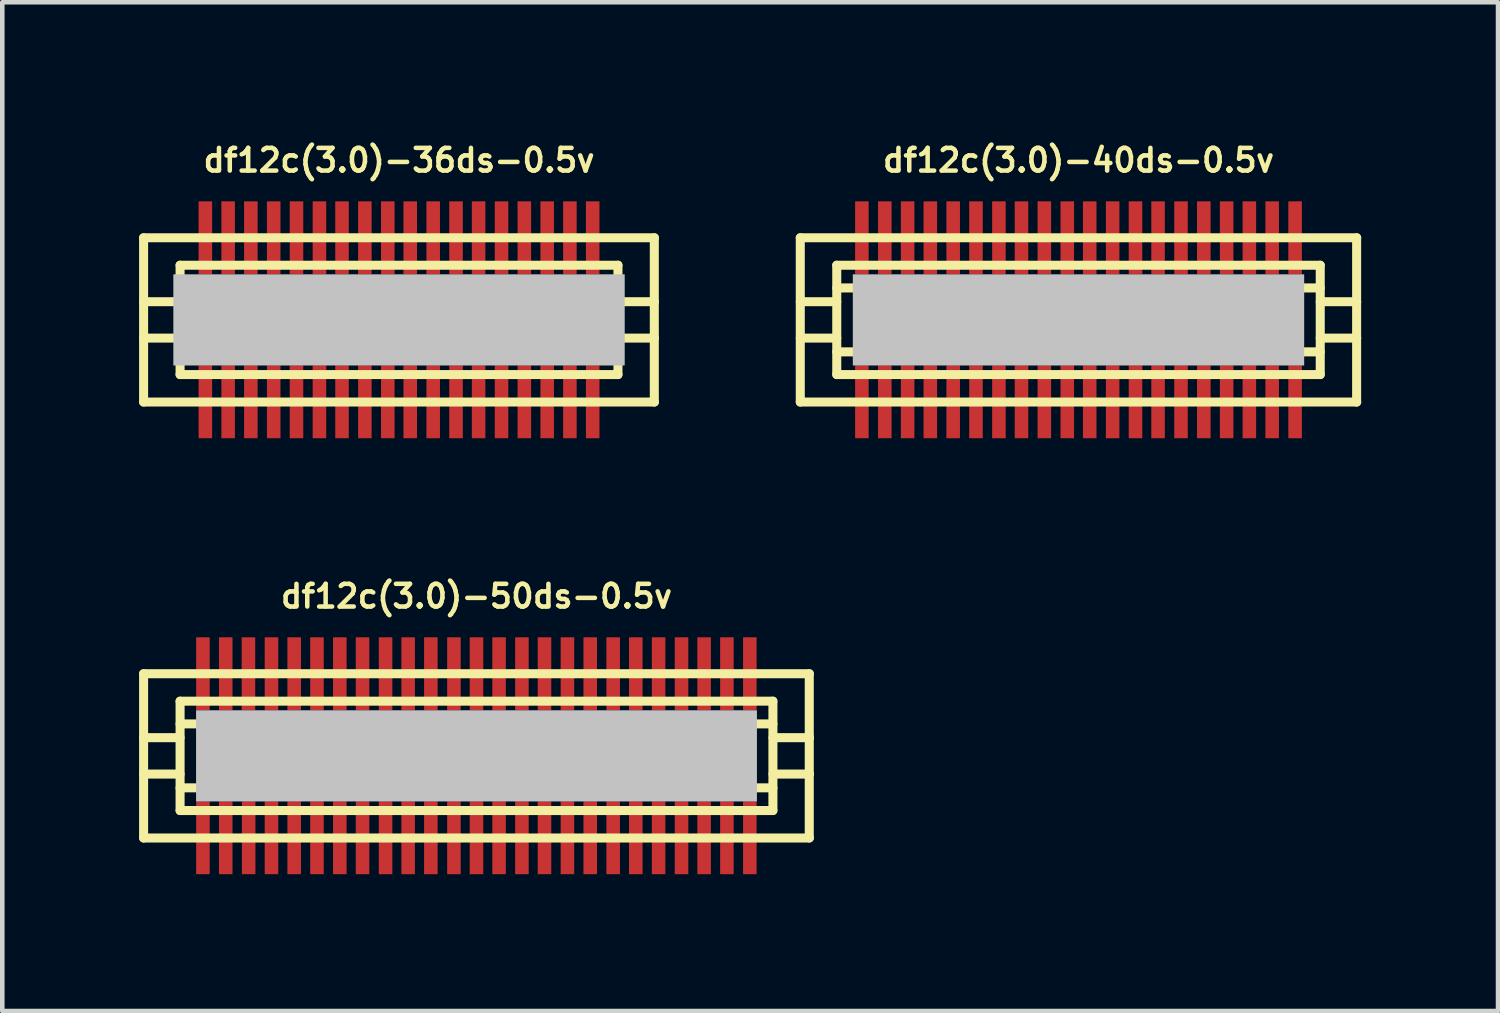
<source format=kicad_pcb>
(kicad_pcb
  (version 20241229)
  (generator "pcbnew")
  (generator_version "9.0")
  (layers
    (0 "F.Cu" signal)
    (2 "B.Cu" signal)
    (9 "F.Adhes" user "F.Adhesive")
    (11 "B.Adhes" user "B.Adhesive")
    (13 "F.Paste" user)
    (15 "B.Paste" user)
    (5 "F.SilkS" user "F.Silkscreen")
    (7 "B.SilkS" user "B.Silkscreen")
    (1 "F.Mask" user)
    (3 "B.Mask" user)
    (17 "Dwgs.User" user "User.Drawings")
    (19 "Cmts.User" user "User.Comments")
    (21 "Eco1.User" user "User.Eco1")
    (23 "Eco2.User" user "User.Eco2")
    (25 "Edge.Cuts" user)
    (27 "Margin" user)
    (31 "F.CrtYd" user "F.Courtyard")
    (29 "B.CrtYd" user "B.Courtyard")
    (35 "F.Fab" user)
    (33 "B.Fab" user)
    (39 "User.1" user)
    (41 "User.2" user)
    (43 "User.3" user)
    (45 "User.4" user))
  (footprint "df12c(3.0)-50ds-0.5v"
    (layer "F.Cu")
    (at 7.399 13.525)
    (property "Reference" "df12c(3.0)-50ds-0.5v" (at 0 -3.5 0) (layer "F.SilkS") (effects (font (size 0.498 0.498) (thickness 0.099))))
    (attr smd)
    (fp_line (start -7.3 1.801) (end -7.3 -1.801) (stroke (width 0.198) (type solid)) (layer "F.SilkS"))
    (fp_line (start -7.3 1.801) (end 7.3 1.801) (stroke (width 0.198) (type solid)) (layer "F.SilkS"))
    (fp_line (start -6.5 -1.199) (end 6.5 -1.199) (stroke (width 0.198) (type solid)) (layer "F.SilkS"))
    (fp_line (start -6.5 -0.701) (end 6.5 -0.701) (stroke (width 0.198) (type solid)) (layer "F.SilkS"))
    (fp_line (start -6.5 -0.399) (end -7.3 -0.399) (stroke (width 0.198) (type solid)) (layer "F.SilkS"))
    (fp_line (start -6.5 0.399) (end -7.3 0.399) (stroke (width 0.198) (type solid)) (layer "F.SilkS"))
    (fp_line (start -6.5 0.701) (end 6.5 0.701) (stroke (width 0.198) (type solid)) (layer "F.SilkS"))
    (fp_line (start -6.5 1.199) (end -6.5 -1.199) (stroke (width 0.198) (type solid)) (layer "F.SilkS"))
    (fp_line (start 6.5 -1.199) (end 6.5 1.199) (stroke (width 0.198) (type solid)) (layer "F.SilkS"))
    (fp_line (start 6.5 1.199) (end -6.5 1.199) (stroke (width 0.198) (type solid)) (layer "F.SilkS"))
    (fp_line (start 6.502 -0.399) (end 7.303 -0.399) (stroke (width 0.198) (type solid)) (layer "F.SilkS"))
    (fp_line (start 7.297 -1.801) (end 7.297 1.801) (stroke (width 0.198) (type solid)) (layer "F.SilkS"))
    (fp_line (start 7.3 -1.801) (end -7.3 -1.801) (stroke (width 0.198) (type solid)) (layer "F.SilkS"))
    (fp_line (start 7.303 0.399) (end 6.502 0.399) (stroke (width 0.198) (type solid)) (layer "F.SilkS"))
    (pad "" smd rect (at 0 0) (size 12.299 1.999) (layers "Dwgs.User"))
    (pad "1" smd rect (at -5.999 1.796) (size 0.297 1.598) (layers "F.Cu" "F.Mask" "F.Paste"))
    (pad "2" smd rect (at -5.499 1.796) (size 0.297 1.598) (layers "F.Cu" "F.Mask" "F.Paste"))
    (pad "3" smd rect (at -4.996 1.796) (size 0.297 1.598) (layers "F.Cu" "F.Mask" "F.Paste"))
    (pad "4" smd rect (at -4.496 1.796) (size 0.297 1.598) (layers "F.Cu" "F.Mask" "F.Paste"))
    (pad "5" smd rect (at -3.998 1.796) (size 0.297 1.598) (layers "F.Cu" "F.Mask" "F.Paste"))
    (pad "6" smd rect (at -3.498 1.796) (size 0.297 1.598) (layers "F.Cu" "F.Mask" "F.Paste"))
    (pad "7" smd rect (at -2.997 1.796) (size 0.297 1.598) (layers "F.Cu" "F.Mask" "F.Paste"))
    (pad "8" smd rect (at -2.499 1.796) (size 0.297 1.598) (layers "F.Cu" "F.Mask" "F.Paste"))
    (pad "9" smd rect (at -1.994 1.796) (size 0.297 1.598) (layers "F.Cu" "F.Mask" "F.Paste"))
    (pad "10" smd rect (at -1.499 1.796) (size 0.297 1.598) (layers "F.Cu" "F.Mask" "F.Paste"))
    (pad "11" smd rect (at -1.001 1.796) (size 0.297 1.598) (layers "F.Cu" "F.Mask" "F.Paste"))
    (pad "12" smd rect (at -0.495 1.796) (size 0.297 1.598) (layers "F.Cu" "F.Mask" "F.Paste"))
    (pad "13" smd rect (at 0 1.796) (size 0.297 1.598) (layers "F.Cu" "F.Mask" "F.Paste"))
    (pad "14" smd rect (at 0.495 1.796) (size 0.297 1.598) (layers "F.Cu" "F.Mask" "F.Paste"))
    (pad "15" smd rect (at 0.996 1.796) (size 0.297 1.598) (layers "F.Cu" "F.Mask" "F.Paste"))
    (pad "16" smd rect (at 1.491 1.796) (size 0.297 1.598) (layers "F.Cu" "F.Mask" "F.Paste"))
    (pad "17" smd rect (at 1.994 1.796) (size 0.297 1.598) (layers "F.Cu" "F.Mask" "F.Paste"))
    (pad "18" smd rect (at 2.494 1.796) (size 0.297 1.598) (layers "F.Cu" "F.Mask" "F.Paste"))
    (pad "19" smd rect (at 2.997 1.796) (size 0.297 1.598) (layers "F.Cu" "F.Mask" "F.Paste"))
    (pad "20" smd rect (at 3.493 1.796) (size 0.297 1.598) (layers "F.Cu" "F.Mask" "F.Paste"))
    (pad "21" smd rect (at 3.993 1.796) (size 0.297 1.598) (layers "F.Cu" "F.Mask" "F.Paste"))
    (pad "22" smd rect (at 4.496 1.796) (size 0.297 1.598) (layers "F.Cu" "F.Mask" "F.Paste"))
    (pad "23" smd rect (at 4.991 1.796) (size 0.297 1.598) (layers "F.Cu" "F.Mask" "F.Paste"))
    (pad "24" smd rect (at 5.491 1.796) (size 0.297 1.598) (layers "F.Cu" "F.Mask" "F.Paste"))
    (pad "25" smd rect (at 5.994 1.796) (size 0.297 1.598) (layers "F.Cu" "F.Mask" "F.Paste"))
    (pad "26" smd rect (at 5.994 -1.801) (size 0.297 1.598) (layers "F.Cu" "F.Mask" "F.Paste"))
    (pad "27" smd rect (at 5.491 -1.801) (size 0.297 1.598) (layers "F.Cu" "F.Mask" "F.Paste"))
    (pad "28" smd rect (at 4.991 -1.801) (size 0.297 1.598) (layers "F.Cu" "F.Mask" "F.Paste"))
    (pad "29" smd rect (at 4.496 -1.801) (size 0.297 1.598) (layers "F.Cu" "F.Mask" "F.Paste"))
    (pad "30" smd rect (at 3.993 -1.801) (size 0.297 1.598) (layers "F.Cu" "F.Mask" "F.Paste"))
    (pad "31" smd rect (at 3.493 -1.801) (size 0.297 1.598) (layers "F.Cu" "F.Mask" "F.Paste"))
    (pad "32" smd rect (at 2.997 -1.801) (size 0.297 1.598) (layers "F.Cu" "F.Mask" "F.Paste"))
    (pad "33" smd rect (at 2.494 -1.801) (size 0.297 1.598) (layers "F.Cu" "F.Mask" "F.Paste"))
    (pad "34" smd rect (at 1.994 -1.801) (size 0.297 1.598) (layers "F.Cu" "F.Mask" "F.Paste"))
    (pad "35" smd rect (at 1.491 -1.801) (size 0.297 1.598) (layers "F.Cu" "F.Mask" "F.Paste"))
    (pad "36" smd rect (at 0.996 -1.801) (size 0.297 1.598) (layers "F.Cu" "F.Mask" "F.Paste"))
    (pad "37" smd rect (at 0.495 -1.801) (size 0.297 1.598) (layers "F.Cu" "F.Mask" "F.Paste"))
    (pad "38" smd rect (at 0 -1.801) (size 0.297 1.598) (layers "F.Cu" "F.Mask" "F.Paste"))
    (pad "39" smd rect (at -0.495 -1.801) (size 0.297 1.598) (layers "F.Cu" "F.Mask" "F.Paste"))
    (pad "40" smd rect (at -1.001 -1.801) (size 0.297 1.598) (layers "F.Cu" "F.Mask" "F.Paste"))
    (pad "41" smd rect (at -1.499 -1.801) (size 0.297 1.598) (layers "F.Cu" "F.Mask" "F.Paste"))
    (pad "42" smd rect (at -1.994 -1.801) (size 0.297 1.598) (layers "F.Cu" "F.Mask" "F.Paste"))
    (pad "43" smd rect (at -2.499 -1.801) (size 0.297 1.598) (layers "F.Cu" "F.Mask" "F.Paste"))
    (pad "44" smd rect (at -2.997 -1.801) (size 0.297 1.598) (layers "F.Cu" "F.Mask" "F.Paste"))
    (pad "45" smd rect (at -3.498 -1.801) (size 0.297 1.598) (layers "F.Cu" "F.Mask" "F.Paste"))
    (pad "46" smd rect (at -3.998 -1.801) (size 0.297 1.598) (layers "F.Cu" "F.Mask" "F.Paste"))
    (pad "47" smd rect (at -4.496 -1.801) (size 0.297 1.598) (layers "F.Cu" "F.Mask" "F.Paste"))
    (pad "48" smd rect (at -5.001 -1.801) (size 0.297 1.598) (layers "F.Cu" "F.Mask" "F.Paste"))
    (pad "49" smd rect (at -5.499 -1.801) (size 0.297 1.598) (layers "F.Cu" "F.Mask" "F.Paste"))
    (pad "50" smd rect (at -5.999 -1.801) (size 0.297 1.598) (layers "F.Cu" "F.Mask" "F.Paste")))
  (footprint "df12c(3.0)-40ds-0.5v"
    (layer "F.Cu")
    (at 20.6 3.965)
    (property "Reference" "df12c(3.0)-40ds-0.5v" (at 0 -3.5 0) (layer "F.SilkS") (effects (font (size 0.498 0.498) (thickness 0.099))))
    (attr smd)
    (fp_line (start -6.101 -1.801) (end 6.101 -1.801) (stroke (width 0.198) (type solid)) (layer "F.SilkS"))
    (fp_line (start -6.101 1.801) (end -6.101 -1.801) (stroke (width 0.198) (type solid)) (layer "F.SilkS"))
    (fp_line (start -5.301 -0.701) (end 5.301 -0.701) (stroke (width 0.198) (type solid)) (layer "F.SilkS"))
    (fp_line (start -5.301 -0.399) (end -6.101 -0.399) (stroke (width 0.198) (type solid)) (layer "F.SilkS"))
    (fp_line (start -5.301 0.399) (end -6.101 0.399) (stroke (width 0.198) (type solid)) (layer "F.SilkS"))
    (fp_line (start -5.301 1.199) (end -5.301 -1.199) (stroke (width 0.198) (type solid)) (layer "F.SilkS"))
    (fp_line (start -5.301 1.199) (end 5.301 1.199) (stroke (width 0.198) (type solid)) (layer "F.SilkS"))
    (fp_line (start 5.301 -1.199) (end -5.301 -1.199) (stroke (width 0.198) (type solid)) (layer "F.SilkS"))
    (fp_line (start 5.301 -1.199) (end 5.301 1.199) (stroke (width 0.198) (type solid)) (layer "F.SilkS"))
    (fp_line (start 5.301 -0.399) (end 6.101 -0.399) (stroke (width 0.198) (type solid)) (layer "F.SilkS"))
    (fp_line (start 5.301 0.701) (end -5.301 0.701) (stroke (width 0.198) (type solid)) (layer "F.SilkS"))
    (fp_line (start 6.099 -1.801) (end 6.099 1.801) (stroke (width 0.198) (type solid)) (layer "F.SilkS"))
    (fp_line (start 6.101 0.399) (end 5.301 0.399) (stroke (width 0.198) (type solid)) (layer "F.SilkS"))
    (fp_line (start 6.101 1.801) (end -6.101 1.801) (stroke (width 0.198) (type solid)) (layer "F.SilkS"))
    (pad "" smd rect (at 0 0) (size 9.898 1.999) (layers "Dwgs.User"))
    (pad "1" smd rect (at -4.75 1.796) (size 0.297 1.598) (layers "F.Cu" "F.Mask" "F.Paste"))
    (pad "2" smd rect (at -4.247 1.796) (size 0.297 1.598) (layers "F.Cu" "F.Mask" "F.Paste"))
    (pad "3" smd rect (at -3.747 1.796) (size 0.297 1.598) (layers "F.Cu" "F.Mask" "F.Paste"))
    (pad "4" smd rect (at -3.249 1.796) (size 0.297 1.598) (layers "F.Cu" "F.Mask" "F.Paste"))
    (pad "5" smd rect (at -2.748 1.796) (size 0.297 1.598) (layers "F.Cu" "F.Mask" "F.Paste"))
    (pad "6" smd rect (at -2.248 1.796) (size 0.297 1.598) (layers "F.Cu" "F.Mask" "F.Paste"))
    (pad "7" smd rect (at -1.745 1.796) (size 0.297 1.598) (layers "F.Cu" "F.Mask" "F.Paste"))
    (pad "8" smd rect (at -1.25 1.796) (size 0.297 1.598) (layers "F.Cu" "F.Mask" "F.Paste"))
    (pad "9" smd rect (at -0.749 1.796) (size 0.297 1.598) (layers "F.Cu" "F.Mask" "F.Paste"))
    (pad "10" smd rect (at -0.246 1.796) (size 0.297 1.598) (layers "F.Cu" "F.Mask" "F.Paste"))
    (pad "11" smd rect (at 0.246 1.796) (size 0.297 1.598) (layers "F.Cu" "F.Mask" "F.Paste"))
    (pad "12" smd rect (at 0.749 1.796) (size 0.297 1.598) (layers "F.Cu" "F.Mask" "F.Paste"))
    (pad "13" smd rect (at 1.25 1.796) (size 0.297 1.598) (layers "F.Cu" "F.Mask" "F.Paste"))
    (pad "14" smd rect (at 1.745 1.796) (size 0.297 1.598) (layers "F.Cu" "F.Mask" "F.Paste"))
    (pad "15" smd rect (at 2.248 1.796) (size 0.297 1.598) (layers "F.Cu" "F.Mask" "F.Paste"))
    (pad "16" smd rect (at 2.748 1.796) (size 0.297 1.598) (layers "F.Cu" "F.Mask" "F.Paste"))
    (pad "17" smd rect (at 3.249 1.796) (size 0.297 1.598) (layers "F.Cu" "F.Mask" "F.Paste"))
    (pad "18" smd rect (at 3.747 1.796) (size 0.297 1.598) (layers "F.Cu" "F.Mask" "F.Paste"))
    (pad "19" smd rect (at 4.247 1.796) (size 0.297 1.598) (layers "F.Cu" "F.Mask" "F.Paste"))
    (pad "20" smd rect (at 4.75 1.796) (size 0.297 1.598) (layers "F.Cu" "F.Mask" "F.Paste"))
    (pad "21" smd rect (at 4.75 -1.801) (size 0.297 1.598) (layers "F.Cu" "F.Mask" "F.Paste"))
    (pad "22" smd rect (at 4.247 -1.801) (size 0.297 1.598) (layers "F.Cu" "F.Mask" "F.Paste"))
    (pad "23" smd rect (at 3.747 -1.801) (size 0.297 1.598) (layers "F.Cu" "F.Mask" "F.Paste"))
    (pad "24" smd rect (at 3.249 -1.801) (size 0.297 1.598) (layers "F.Cu" "F.Mask" "F.Paste"))
    (pad "25" smd rect (at 2.748 -1.801) (size 0.297 1.598) (layers "F.Cu" "F.Mask" "F.Paste"))
    (pad "26" smd rect (at 2.248 -1.801) (size 0.297 1.598) (layers "F.Cu" "F.Mask" "F.Paste"))
    (pad "27" smd rect (at 1.745 -1.801) (size 0.297 1.598) (layers "F.Cu" "F.Mask" "F.Paste"))
    (pad "28" smd rect (at 1.25 -1.801) (size 0.297 1.598) (layers "F.Cu" "F.Mask" "F.Paste"))
    (pad "29" smd rect (at 0.749 -1.801) (size 0.297 1.598) (layers "F.Cu" "F.Mask" "F.Paste"))
    (pad "30" smd rect (at 0.246 -1.801) (size 0.297 1.598) (layers "F.Cu" "F.Mask" "F.Paste"))
    (pad "31" smd rect (at -0.246 -1.801) (size 0.297 1.598) (layers "F.Cu" "F.Mask" "F.Paste"))
    (pad "32" smd rect (at -0.749 -1.801) (size 0.297 1.598) (layers "F.Cu" "F.Mask" "F.Paste"))
    (pad "33" smd rect (at -1.25 -1.801) (size 0.297 1.598) (layers "F.Cu" "F.Mask" "F.Paste"))
    (pad "34" smd rect (at -1.745 -1.801) (size 0.297 1.598) (layers "F.Cu" "F.Mask" "F.Paste"))
    (pad "35" smd rect (at -2.248 -1.801) (size 0.297 1.598) (layers "F.Cu" "F.Mask" "F.Paste"))
    (pad "36" smd rect (at -2.748 -1.801) (size 0.297 1.598) (layers "F.Cu" "F.Mask" "F.Paste"))
    (pad "37" smd rect (at -3.249 -1.801) (size 0.297 1.598) (layers "F.Cu" "F.Mask" "F.Paste"))
    (pad "38" smd rect (at -3.747 -1.801) (size 0.297 1.598) (layers "F.Cu" "F.Mask" "F.Paste"))
    (pad "39" smd rect (at -4.247 -1.801) (size 0.297 1.598) (layers "F.Cu" "F.Mask" "F.Paste"))
    (pad "40" smd rect (at -4.75 -1.801) (size 0.297 1.598) (layers "F.Cu" "F.Mask" "F.Paste")))
  (footprint "df12c(3.0)-36ds-0.5v"
    (layer "F.Cu")
    (at 5.7 3.965)
    (property "Reference" "df12c(3.0)-36ds-0.5v" (at 0 -3.5 0) (layer "F.SilkS") (effects (font (size 0.498 0.498) (thickness 0.099))))
    (attr smd)
    (fp_line (start -5.601 -1.801) (end 5.601 -1.801) (stroke (width 0.198) (type solid)) (layer "F.SilkS"))
    (fp_line (start -5.601 1.801) (end -5.601 -1.801) (stroke (width 0.198) (type solid)) (layer "F.SilkS"))
    (fp_line (start -5.601 1.801) (end 5.601 1.801) (stroke (width 0.198) (type solid)) (layer "F.SilkS"))
    (fp_line (start -4.801 -1.199) (end 4.801 -1.199) (stroke (width 0.198) (type solid)) (layer "F.SilkS"))
    (fp_line (start -4.801 -0.701) (end 4.801 -0.701) (stroke (width 0.198) (type solid)) (layer "F.SilkS"))
    (fp_line (start -4.801 -0.399) (end -5.601 -0.399) (stroke (width 0.198) (type solid)) (layer "F.SilkS"))
    (fp_line (start -4.801 0.399) (end -5.601 0.399) (stroke (width 0.198) (type solid)) (layer "F.SilkS"))
    (fp_line (start -4.801 0.701) (end 4.801 0.701) (stroke (width 0.198) (type solid)) (layer "F.SilkS"))
    (fp_line (start -4.801 1.199) (end -4.801 -1.199) (stroke (width 0.198) (type solid)) (layer "F.SilkS"))
    (fp_line (start -4.801 1.199) (end 4.801 1.199) (stroke (width 0.198) (type solid)) (layer "F.SilkS"))
    (fp_line (start 4.801 -1.199) (end 4.801 1.199) (stroke (width 0.198) (type solid)) (layer "F.SilkS"))
    (fp_line (start 4.801 -0.399) (end 5.601 -0.399) (stroke (width 0.198) (type solid)) (layer "F.SilkS"))
    (fp_line (start 5.598 -1.801) (end 5.598 1.801) (stroke (width 0.198) (type solid)) (layer "F.SilkS"))
    (fp_line (start 5.601 0.399) (end 4.801 0.399) (stroke (width 0.198) (type solid)) (layer "F.SilkS"))
    (pad "" smd rect (at 0 0) (size 9.898 1.999) (layers "Dwgs.User"))
    (pad "1" smd rect (at -4.247 1.796) (size 0.297 1.598) (layers "F.Cu" "F.Mask" "F.Paste"))
    (pad "2" smd rect (at -3.747 1.796) (size 0.297 1.598) (layers "F.Cu" "F.Mask" "F.Paste"))
    (pad "3" smd rect (at -3.249 1.796) (size 0.297 1.598) (layers "F.Cu" "F.Mask" "F.Paste"))
    (pad "4" smd rect (at -2.748 1.796) (size 0.297 1.598) (layers "F.Cu" "F.Mask" "F.Paste"))
    (pad "5" smd rect (at -2.248 1.796) (size 0.297 1.598) (layers "F.Cu" "F.Mask" "F.Paste"))
    (pad "6" smd rect (at -1.745 1.796) (size 0.297 1.598) (layers "F.Cu" "F.Mask" "F.Paste"))
    (pad "7" smd rect (at -1.25 1.796) (size 0.297 1.598) (layers "F.Cu" "F.Mask" "F.Paste"))
    (pad "8" smd rect (at -0.749 1.796) (size 0.297 1.598) (layers "F.Cu" "F.Mask" "F.Paste"))
    (pad "9" smd rect (at -0.246 1.796) (size 0.297 1.598) (layers "F.Cu" "F.Mask" "F.Paste"))
    (pad "10" smd rect (at 0.246 1.796) (size 0.297 1.598) (layers "F.Cu" "F.Mask" "F.Paste"))
    (pad "11" smd rect (at 0.749 1.796) (size 0.297 1.598) (layers "F.Cu" "F.Mask" "F.Paste"))
    (pad "12" smd rect (at 1.25 1.796) (size 0.297 1.598) (layers "F.Cu" "F.Mask" "F.Paste"))
    (pad "13" smd rect (at 1.745 1.796) (size 0.297 1.598) (layers "F.Cu" "F.Mask" "F.Paste"))
    (pad "14" smd rect (at 2.248 1.796) (size 0.297 1.598) (layers "F.Cu" "F.Mask" "F.Paste"))
    (pad "15" smd rect (at 2.748 1.796) (size 0.297 1.598) (layers "F.Cu" "F.Mask" "F.Paste"))
    (pad "16" smd rect (at 3.249 1.796) (size 0.297 1.598) (layers "F.Cu" "F.Mask" "F.Paste"))
    (pad "17" smd rect (at 3.747 1.796) (size 0.297 1.598) (layers "F.Cu" "F.Mask" "F.Paste"))
    (pad "18" smd rect (at 4.247 1.796) (size 0.297 1.598) (layers "F.Cu" "F.Mask" "F.Paste"))
    (pad "19" smd rect (at 4.247 -1.801) (size 0.297 1.598) (layers "F.Cu" "F.Mask" "F.Paste"))
    (pad "20" smd rect (at 3.747 -1.801) (size 0.297 1.598) (layers "F.Cu" "F.Mask" "F.Paste"))
    (pad "21" smd rect (at 3.249 -1.801) (size 0.297 1.598) (layers "F.Cu" "F.Mask" "F.Paste"))
    (pad "22" smd rect (at 2.748 -1.801) (size 0.297 1.598) (layers "F.Cu" "F.Mask" "F.Paste"))
    (pad "23" smd rect (at 2.248 -1.801) (size 0.297 1.598) (layers "F.Cu" "F.Mask" "F.Paste"))
    (pad "24" smd rect (at 1.745 -1.801) (size 0.297 1.598) (layers "F.Cu" "F.Mask" "F.Paste"))
    (pad "25" smd rect (at 1.25 -1.801) (size 0.297 1.598) (layers "F.Cu" "F.Mask" "F.Paste"))
    (pad "26" smd rect (at 0.749 -1.801) (size 0.297 1.598) (layers "F.Cu" "F.Mask" "F.Paste"))
    (pad "27" smd rect (at 0.246 -1.801) (size 0.297 1.598) (layers "F.Cu" "F.Mask" "F.Paste"))
    (pad "28" smd rect (at -0.246 -1.801) (size 0.297 1.598) (layers "F.Cu" "F.Mask" "F.Paste"))
    (pad "29" smd rect (at -0.749 -1.801) (size 0.297 1.598) (layers "F.Cu" "F.Mask" "F.Paste"))
    (pad "30" smd rect (at -1.25 -1.801) (size 0.297 1.598) (layers "F.Cu" "F.Mask" "F.Paste"))
    (pad "31" smd rect (at -1.745 -1.801) (size 0.297 1.598) (layers "F.Cu" "F.Mask" "F.Paste"))
    (pad "32" smd rect (at -2.248 -1.801) (size 0.297 1.598) (layers "F.Cu" "F.Mask" "F.Paste"))
    (pad "33" smd rect (at -2.748 -1.801) (size 0.297 1.598) (layers "F.Cu" "F.Mask" "F.Paste"))
    (pad "34" smd rect (at -3.249 -1.801) (size 0.297 1.598) (layers "F.Cu" "F.Mask" "F.Paste"))
    (pad "35" smd rect (at -3.747 -1.801) (size 0.297 1.598) (layers "F.Cu" "F.Mask" "F.Paste"))
    (pad "36" smd rect (at -4.247 -1.801) (size 0.297 1.598) (layers "F.Cu" "F.Mask" "F.Paste")))
  (gr_rect
    (start -3 -3)
    (end 29.8 19.12)
    (stroke (width 0.1) (type default))
    (fill no)
    (layer "Edge.Cuts")))
</source>
